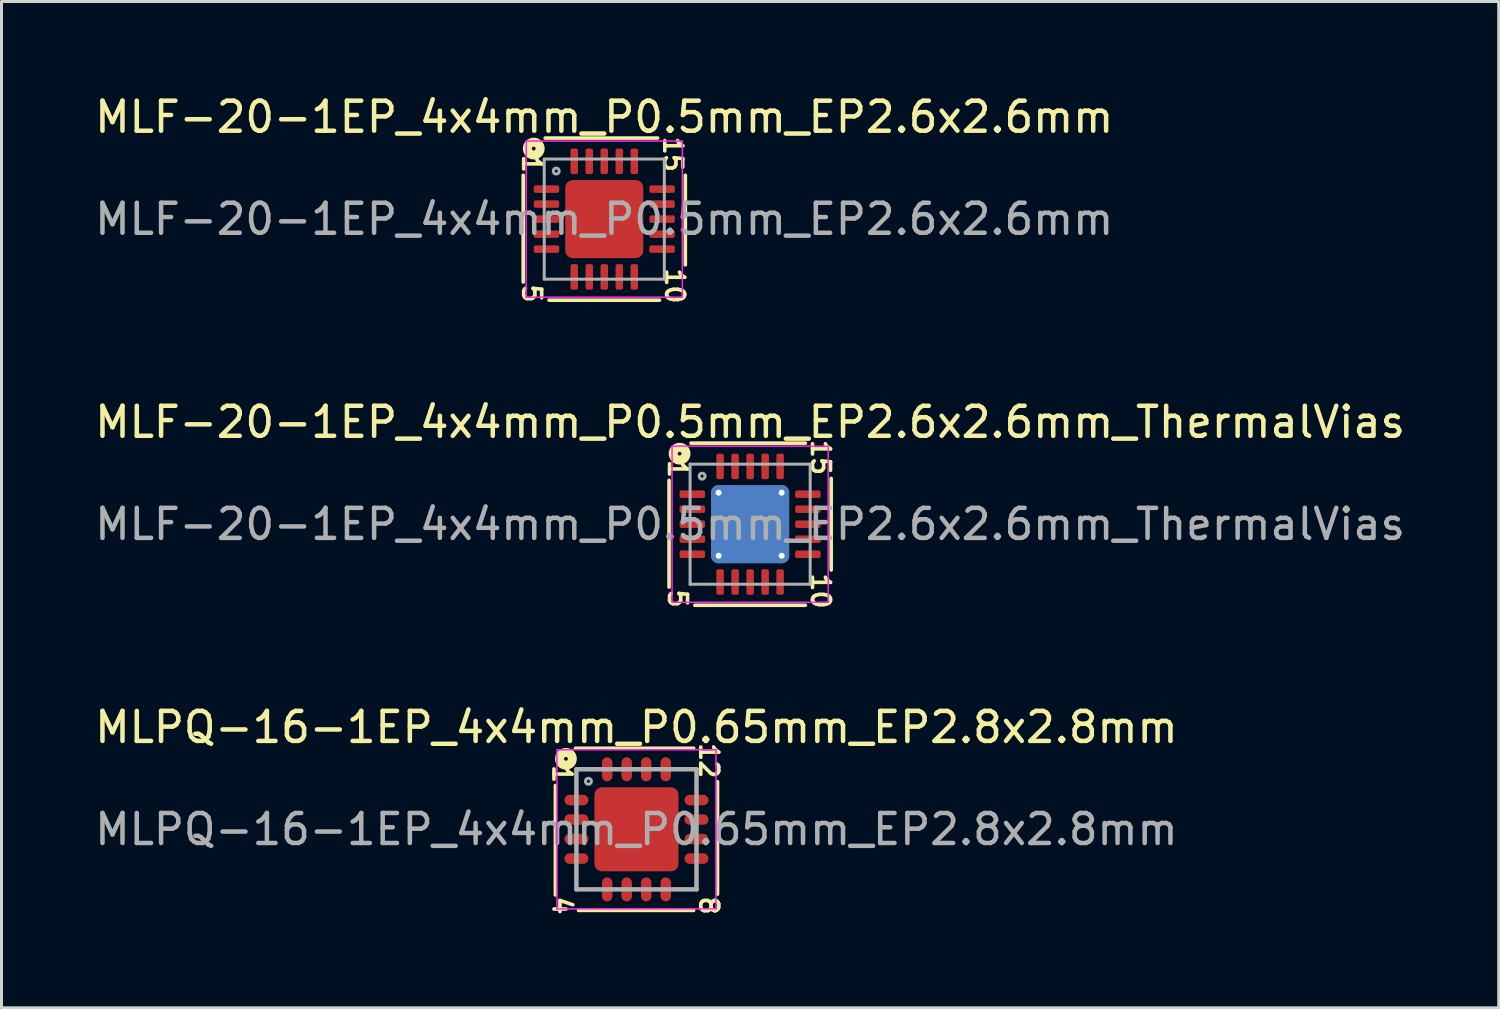
<source format=kicad_pcb>
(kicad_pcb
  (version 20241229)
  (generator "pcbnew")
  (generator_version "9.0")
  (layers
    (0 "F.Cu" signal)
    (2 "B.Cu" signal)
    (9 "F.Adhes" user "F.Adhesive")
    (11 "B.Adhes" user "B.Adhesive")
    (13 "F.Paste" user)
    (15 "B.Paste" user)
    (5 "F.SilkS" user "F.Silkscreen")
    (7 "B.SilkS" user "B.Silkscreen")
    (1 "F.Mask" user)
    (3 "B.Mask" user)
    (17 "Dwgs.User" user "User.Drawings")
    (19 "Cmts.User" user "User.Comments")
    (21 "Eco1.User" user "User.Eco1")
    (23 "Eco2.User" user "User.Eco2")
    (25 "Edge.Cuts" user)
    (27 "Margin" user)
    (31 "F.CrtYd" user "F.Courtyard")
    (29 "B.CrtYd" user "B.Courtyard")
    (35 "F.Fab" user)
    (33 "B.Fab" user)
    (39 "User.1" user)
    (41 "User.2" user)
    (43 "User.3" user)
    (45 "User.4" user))
  (footprint "MLPQ-16-1EP_4x4mm_P0.65mm_EP2.8x2.8mm"
    (layer "F.Cu")
    (at 18.149 24.573)
    (property "Reference" "MLPQ-16-1EP_4x4mm_P0.65mm_EP2.8x2.8mm" (at 0 -3.4 0) (layer "F.SilkS") (effects (font (size 1 1) (thickness 0.15))))
    (attr smd)
    (fp_line (start -2.7 2.184) (end -2.7 -1.46) (stroke (width 0.12) (type solid)) (layer "F.SilkS"))
    (fp_line (start -2.032 -2.7) (end 1.905 -2.7) (stroke (width 0.12) (type solid)) (layer "F.SilkS"))
    (fp_line (start 1.905 2.7) (end -1.93 2.7) (stroke (width 0.12) (type solid)) (layer "F.SilkS"))
    (fp_line (start 2.7 -1.587) (end 2.7 2.159) (stroke (width 0.12) (type solid)) (layer "F.SilkS"))
    (fp_circle (center -2.349 -2.349) (end -2.286 -2.349) (stroke (width 0.3) (type solid)) (fill no) (layer "F.SilkS"))
    (fp_line (start -2.65 -2.65) (end -2.65 2.65) (stroke (width 0.05) (type solid)) (layer "F.CrtYd"))
    (fp_line (start -2.65 -2.65) (end 2.65 -2.65) (stroke (width 0.05) (type solid)) (layer "F.CrtYd"))
    (fp_line (start -2.65 2.65) (end 2.65 2.65) (stroke (width 0.05) (type solid)) (layer "F.CrtYd"))
    (fp_line (start 2.65 -2.65) (end 2.65 2.65) (stroke (width 0.05) (type solid)) (layer "F.CrtYd"))
    (fp_line (start -2 -2) (end 2 -2) (stroke (width 0.15) (type solid)) (layer "F.Fab"))
    (fp_line (start -2 2) (end -2 -2) (stroke (width 0.15) (type solid)) (layer "F.Fab"))
    (fp_line (start 2 -2) (end 2 2) (stroke (width 0.15) (type solid)) (layer "F.Fab"))
    (fp_line (start 2 2) (end -2 2) (stroke (width 0.15) (type solid)) (layer "F.Fab"))
    (fp_circle (center -1.6 -1.6) (end -1.5 -1.6) (stroke (width 0.1) (type solid)) (fill no) (layer "F.Fab"))
    (fp_text user "12" (at 2.413 -2.286 270) (unlocked yes) (layer "F.SilkS") (effects (font (size 0.6 0.6) (thickness 0.12))))
    (fp_text user "4" (at -2.477 2.54 270) (unlocked yes) (layer "F.SilkS") (effects (font (size 0.6 0.6) (thickness 0.12))))
    (fp_text user "8" (at 2.413 2.54 270) (unlocked yes) (layer "F.SilkS") (effects (font (size 0.6 0.6) (thickness 0.12))))
    (fp_text user "1" (at -2.477 -1.841 270) (unlocked yes) (layer "F.SilkS") (effects (font (size 0.6 0.6) (thickness 0.12))))
    (fp_text user "${REFERENCE}" (at 0 0 0) (layer "F.Fab") (effects (font (size 1 1) (thickness 0.15))))
    (pad "" smd roundrect (at -0.7 -0.7) (size 1.13 1.13) (layers "F.Paste") (roundrect_rratio 0.221))
    (pad "" smd roundrect (at -0.7 0.7) (size 1.13 1.13) (layers "F.Paste") (roundrect_rratio 0.25))
    (pad "" smd roundrect (at 0.7 -0.7) (size 1.13 1.13) (layers "F.Paste") (roundrect_rratio 0.221))
    (pad "" smd roundrect (at 0.7 0.7) (size 1.13 1.13) (layers "F.Paste") (roundrect_rratio 0.221))
    (pad "1" smd oval (at -2 -0.975) (size 0.8 0.35) (layers "F.Cu" "F.Mask" "F.Paste"))
    (pad "2" smd oval (at -2 -0.325) (size 0.8 0.35) (layers "F.Cu" "F.Mask" "F.Paste"))
    (pad "3" smd oval (at -2 0.325) (size 0.8 0.35) (layers "F.Cu" "F.Mask" "F.Paste"))
    (pad "4" smd oval (at -2 0.975) (size 0.8 0.35) (layers "F.Cu" "F.Mask" "F.Paste"))
    (pad "5" smd oval (at -0.975 2 90) (size 0.8 0.35) (layers "F.Cu" "F.Mask" "F.Paste"))
    (pad "6" smd oval (at -0.325 2 90) (size 0.8 0.35) (layers "F.Cu" "F.Mask" "F.Paste"))
    (pad "7" smd oval (at 0.325 2 90) (size 0.8 0.35) (layers "F.Cu" "F.Mask" "F.Paste"))
    (pad "8" smd oval (at 0.975 2 90) (size 0.8 0.35) (layers "F.Cu" "F.Mask" "F.Paste"))
    (pad "9" smd oval (at 2 0.975) (size 0.8 0.35) (layers "F.Cu" "F.Mask" "F.Paste"))
    (pad "10" smd oval (at 2 0.325) (size 0.8 0.35) (layers "F.Cu" "F.Mask" "F.Paste"))
    (pad "11" smd oval (at 2 -0.325) (size 0.8 0.35) (layers "F.Cu" "F.Mask" "F.Paste"))
    (pad "12" smd oval (at 2 -0.975) (size 0.8 0.35) (layers "F.Cu" "F.Mask" "F.Paste"))
    (pad "13" smd oval (at 0.975 -2 90) (size 0.8 0.35) (layers "F.Cu" "F.Mask" "F.Paste"))
    (pad "14" smd oval (at 0.325 -2 90) (size 0.8 0.35) (layers "F.Cu" "F.Mask" "F.Paste"))
    (pad "15" smd oval (at -0.325 -2 90) (size 0.8 0.35) (layers "F.Cu" "F.Mask" "F.Paste"))
    (pad "16" smd oval (at -0.975 -2 90) (size 0.8 0.35) (layers "F.Cu" "F.Mask" "F.Paste"))
    (pad "17" smd roundrect (at 0 0) (size 2.8 2.8) (layers "F.Cu" "F.Mask") (roundrect_rratio 0.089)))
  (footprint "MLF-20-1EP_4x4mm_P0.5mm_EP2.6x2.6mm"
    (layer "F.Cu")
    (at 17.077 4.248)
    (property "Reference" "MLF-20-1EP_4x4mm_P0.5mm_EP2.6x2.6mm" (at 0 -3.4 0) (layer "F.SilkS") (effects (font (size 1 1) (thickness 0.15))))
    (attr smd)
    (fp_line (start -2.7 2.095) (end -2.7 -1.46) (stroke (width 0.12) (type solid)) (layer "F.SilkS"))
    (fp_line (start -1.968 -2.7) (end 1.778 -2.7) (stroke (width 0.12) (type solid)) (layer "F.SilkS"))
    (fp_line (start 1.841 2.7) (end -1.841 2.7) (stroke (width 0.12) (type solid)) (layer "F.SilkS"))
    (fp_line (start 2.7 -1.46) (end 2.7 1.524) (stroke (width 0.12) (type solid)) (layer "F.SilkS"))
    (fp_circle (center -2.349 -2.349) (end -2.286 -2.349) (stroke (width 0.3) (type solid)) (fill no) (layer "F.SilkS"))
    (fp_line (start -2.6 -2.6) (end -2.603 2.603) (stroke (width 0.05) (type solid)) (layer "F.CrtYd"))
    (fp_line (start -2.6 2.6) (end 2.6 2.6) (stroke (width 0.05) (type solid)) (layer "F.CrtYd"))
    (fp_line (start 2.6 -2.6) (end -2.6 -2.6) (stroke (width 0.05) (type solid)) (layer "F.CrtYd"))
    (fp_line (start 2.6 2.6) (end 2.6 -2.6) (stroke (width 0.05) (type solid)) (layer "F.CrtYd"))
    (fp_line (start -2 -2) (end 2 -2) (stroke (width 0.1) (type solid)) (layer "F.Fab"))
    (fp_line (start -2 2) (end -2 -2) (stroke (width 0.1) (type solid)) (layer "F.Fab"))
    (fp_line (start 2 -2) (end 2 2) (stroke (width 0.1) (type solid)) (layer "F.Fab"))
    (fp_line (start 2 2) (end -2 2) (stroke (width 0.1) (type solid)) (layer "F.Fab"))
    (fp_circle (center -1.6 -1.6) (end -1.5 -1.6) (stroke (width 0.1) (type solid)) (fill no) (layer "F.Fab"))
    (fp_text user "1" (at -2.413 -1.841 270) (unlocked yes) (layer "F.SilkS") (effects (font (size 0.6 0.6) (thickness 0.12))))
    (fp_text user "15" (at 2.286 -2.159 270) (unlocked yes) (layer "F.SilkS") (effects (font (size 0.6 0.6) (thickness 0.12))))
    (fp_text user "5" (at -2.413 2.477 270) (unlocked yes) (layer "F.SilkS") (effects (font (size 0.6 0.6) (thickness 0.12))))
    (fp_text user "10" (at 2.349 2.223 270) (unlocked yes) (layer "F.SilkS") (effects (font (size 0.6 0.6) (thickness 0.12))))
    (fp_text user "${REFERENCE}" (at 0 0 0) (layer "F.Fab") (effects (font (size 1 1) (thickness 0.15))))
    (pad "" smd roundrect (at -0.65 -0.65) (size 1.05 1.05) (layers "F.Paste") (roundrect_rratio 0.238))
    (pad "" smd roundrect (at -0.65 0.65) (size 1.05 1.05) (layers "F.Paste") (roundrect_rratio 0.238))
    (pad "" smd roundrect (at 0.65 -0.65) (size 1.05 1.05) (layers "F.Paste") (roundrect_rratio 0.238))
    (pad "" smd roundrect (at 0.65 0.65) (size 1.05 1.05) (layers "F.Paste") (roundrect_rratio 0.238))
    (pad "1" smd roundrect (at -1.925 -1) (size 0.85 0.25) (layers "F.Cu" "F.Mask" "F.Paste") (roundrect_rratio 0.25))
    (pad "2" smd roundrect (at -1.925 -0.5) (size 0.85 0.25) (layers "F.Cu" "F.Mask" "F.Paste") (roundrect_rratio 0.25))
    (pad "3" smd roundrect (at -1.925 0) (size 0.85 0.25) (layers "F.Cu" "F.Mask" "F.Paste") (roundrect_rratio 0.25))
    (pad "4" smd roundrect (at -1.925 0.5) (size 0.85 0.25) (layers "F.Cu" "F.Mask" "F.Paste") (roundrect_rratio 0.25))
    (pad "5" smd roundrect (at -1.925 1) (size 0.85 0.25) (layers "F.Cu" "F.Mask" "F.Paste") (roundrect_rratio 0.25))
    (pad "6" smd roundrect (at -1 1.925) (size 0.25 0.85) (layers "F.Cu" "F.Mask" "F.Paste") (roundrect_rratio 0.25))
    (pad "7" smd roundrect (at -0.5 1.925) (size 0.25 0.85) (layers "F.Cu" "F.Mask" "F.Paste") (roundrect_rratio 0.25))
    (pad "8" smd roundrect (at 0 1.925) (size 0.25 0.85) (layers "F.Cu" "F.Mask" "F.Paste") (roundrect_rratio 0.25))
    (pad "9" smd roundrect (at 0.5 1.925) (size 0.25 0.85) (layers "F.Cu" "F.Mask" "F.Paste") (roundrect_rratio 0.25))
    (pad "10" smd roundrect (at 1 1.925) (size 0.25 0.85) (layers "F.Cu" "F.Mask" "F.Paste") (roundrect_rratio 0.25))
    (pad "11" smd roundrect (at 1.925 1) (size 0.85 0.25) (layers "F.Cu" "F.Mask" "F.Paste") (roundrect_rratio 0.25))
    (pad "12" smd roundrect (at 1.925 0.5) (size 0.85 0.25) (layers "F.Cu" "F.Mask" "F.Paste") (roundrect_rratio 0.25))
    (pad "13" smd roundrect (at 1.925 0) (size 0.85 0.25) (layers "F.Cu" "F.Mask" "F.Paste") (roundrect_rratio 0.25))
    (pad "14" smd roundrect (at 1.925 -0.5) (size 0.85 0.25) (layers "F.Cu" "F.Mask" "F.Paste") (roundrect_rratio 0.25))
    (pad "15" smd roundrect (at 1.925 -1) (size 0.85 0.25) (layers "F.Cu" "F.Mask" "F.Paste") (roundrect_rratio 0.25))
    (pad "16" smd roundrect (at 1 -1.925) (size 0.25 0.85) (layers "F.Cu" "F.Mask" "F.Paste") (roundrect_rratio 0.25))
    (pad "17" smd roundrect (at 0.5 -1.925) (size 0.25 0.85) (layers "F.Cu" "F.Mask" "F.Paste") (roundrect_rratio 0.25))
    (pad "18" smd roundrect (at 0 -1.925) (size 0.25 0.85) (layers "F.Cu" "F.Mask" "F.Paste") (roundrect_rratio 0.25))
    (pad "19" smd roundrect (at -0.5 -1.925) (size 0.25 0.85) (layers "F.Cu" "F.Mask" "F.Paste") (roundrect_rratio 0.25))
    (pad "20" smd roundrect (at -1 -1.925) (size 0.25 0.85) (layers "F.Cu" "F.Mask" "F.Paste") (roundrect_rratio 0.25))
    (pad "21" smd roundrect (at 0 0) (size 2.6 2.6) (layers "F.Cu" "F.Mask") (roundrect_rratio 0.096)))
  (footprint "MLF-20-1EP_4x4mm_P0.5mm_EP2.6x2.6mm_ThermalVias"
    (layer "F.Cu")
    (at 21.935 14.41)
    (property "Reference" "MLF-20-1EP_4x4mm_P0.5mm_EP2.6x2.6mm_ThermalVias" (at 0 -3.4 0) (layer "F.SilkS") (effects (font (size 1 1) (thickness 0.15))))
    (attr smd)
    (fp_line (start -2.7 2.095) (end -2.7 -1.46) (stroke (width 0.12) (type solid)) (layer "F.SilkS"))
    (fp_line (start -1.968 -2.7) (end 1.841 -2.7) (stroke (width 0.12) (type solid)) (layer "F.SilkS"))
    (fp_line (start 1.841 2.7) (end -1.841 2.7) (stroke (width 0.12) (type solid)) (layer "F.SilkS"))
    (fp_line (start 2.7 -1.524) (end 2.7 1.524) (stroke (width 0.12) (type solid)) (layer "F.SilkS"))
    (fp_circle (center -2.349 -2.349) (end -2.286 -2.349) (stroke (width 0.3) (type solid)) (fill no) (layer "F.SilkS"))
    (fp_line (start -2.6 -2.6) (end -2.6 2.6) (stroke (width 0.05) (type solid)) (layer "F.CrtYd"))
    (fp_line (start -2.6 2.6) (end 2.6 2.6) (stroke (width 0.05) (type solid)) (layer "F.CrtYd"))
    (fp_line (start 2.6 -2.6) (end -2.6 -2.6) (stroke (width 0.05) (type solid)) (layer "F.CrtYd"))
    (fp_line (start 2.6 2.6) (end 2.6 -2.6) (stroke (width 0.05) (type solid)) (layer "F.CrtYd"))
    (fp_line (start -2 -2) (end 2 -2) (stroke (width 0.1) (type solid)) (layer "F.Fab"))
    (fp_line (start -2 2) (end -2 -2) (stroke (width 0.1) (type solid)) (layer "F.Fab"))
    (fp_line (start 2 -2) (end 2 2) (stroke (width 0.1) (type solid)) (layer "F.Fab"))
    (fp_line (start 2 2) (end -2 2) (stroke (width 0.1) (type solid)) (layer "F.Fab"))
    (fp_circle (center -1.6 -1.6) (end -1.5 -1.6) (stroke (width 0.1) (type solid)) (fill no) (layer "F.Fab"))
    (fp_text user "5" (at -2.413 2.477 270) (unlocked yes) (layer "F.SilkS") (effects (font (size 0.6 0.6) (thickness 0.12))))
    (fp_text user "10" (at 2.349 2.223 270) (unlocked yes) (layer "F.SilkS") (effects (font (size 0.6 0.6) (thickness 0.12))))
    (fp_text user "15" (at 2.349 -2.223 270) (unlocked yes) (layer "F.SilkS") (effects (font (size 0.6 0.6) (thickness 0.12))))
    (fp_text user "1" (at -2.413 -1.841 270) (unlocked yes) (layer "F.SilkS") (effects (font (size 0.6 0.6) (thickness 0.12))))
    (fp_text user "${REFERENCE}" (at 0 0 0) (layer "F.Fab") (effects (font (size 1 1) (thickness 0.15))))
    (pad "" smd roundrect (at -0.65 -0.65) (size 1.13 1.13) (layers "F.Paste") (roundrect_rratio 0.221))
    (pad "" smd roundrect (at -0.65 0.65) (size 1.13 1.13) (layers "F.Paste") (roundrect_rratio 0.221))
    (pad "" smd roundrect (at 0.65 -0.65) (size 1.13 1.13) (layers "F.Paste") (roundrect_rratio 0.221))
    (pad "" smd roundrect (at 0.65 0.65) (size 1.13 1.13) (layers "F.Paste") (roundrect_rratio 0.221))
    (pad "1" smd roundrect (at -1.925 -1) (size 0.85 0.25) (layers "F.Cu" "F.Mask" "F.Paste") (roundrect_rratio 0.25))
    (pad "2" smd roundrect (at -1.925 -0.5) (size 0.85 0.25) (layers "F.Cu" "F.Mask" "F.Paste") (roundrect_rratio 0.25))
    (pad "3" smd roundrect (at -1.925 0) (size 0.85 0.25) (layers "F.Cu" "F.Mask" "F.Paste") (roundrect_rratio 0.25))
    (pad "4" smd roundrect (at -1.925 0.5) (size 0.85 0.25) (layers "F.Cu" "F.Mask" "F.Paste") (roundrect_rratio 0.25))
    (pad "5" smd roundrect (at -1.925 1) (size 0.85 0.25) (layers "F.Cu" "F.Mask" "F.Paste") (roundrect_rratio 0.25))
    (pad "6" smd roundrect (at -1 1.925) (size 0.25 0.85) (layers "F.Cu" "F.Mask" "F.Paste") (roundrect_rratio 0.25))
    (pad "7" smd roundrect (at -0.5 1.925) (size 0.25 0.85) (layers "F.Cu" "F.Mask" "F.Paste") (roundrect_rratio 0.25))
    (pad "8" smd roundrect (at 0 1.925) (size 0.25 0.85) (layers "F.Cu" "F.Mask" "F.Paste") (roundrect_rratio 0.25))
    (pad "9" smd roundrect (at 0.5 1.925) (size 0.25 0.85) (layers "F.Cu" "F.Mask" "F.Paste") (roundrect_rratio 0.25))
    (pad "10" smd roundrect (at 1 1.925) (size 0.25 0.85) (layers "F.Cu" "F.Mask" "F.Paste") (roundrect_rratio 0.25))
    (pad "11" smd roundrect (at 1.925 1) (size 0.85 0.25) (layers "F.Cu" "F.Mask" "F.Paste") (roundrect_rratio 0.25))
    (pad "12" smd roundrect (at 1.925 0.5) (size 0.85 0.25) (layers "F.Cu" "F.Mask" "F.Paste") (roundrect_rratio 0.25))
    (pad "13" smd roundrect (at 1.925 0) (size 0.85 0.25) (layers "F.Cu" "F.Mask" "F.Paste") (roundrect_rratio 0.25))
    (pad "14" smd roundrect (at 1.925 -0.5) (size 0.85 0.25) (layers "F.Cu" "F.Mask" "F.Paste") (roundrect_rratio 0.25))
    (pad "15" smd roundrect (at 1.925 -1) (size 0.85 0.25) (layers "F.Cu" "F.Mask" "F.Paste") (roundrect_rratio 0.25))
    (pad "16" smd roundrect (at 1 -1.925) (size 0.25 0.85) (layers "F.Cu" "F.Mask" "F.Paste") (roundrect_rratio 0.25))
    (pad "17" smd roundrect (at 0.5 -1.925) (size 0.25 0.85) (layers "F.Cu" "F.Mask" "F.Paste") (roundrect_rratio 0.25))
    (pad "18" smd roundrect (at 0 -1.925) (size 0.25 0.85) (layers "F.Cu" "F.Mask" "F.Paste") (roundrect_rratio 0.25))
    (pad "19" smd roundrect (at -0.5 -1.925) (size 0.25 0.85) (layers "F.Cu" "F.Mask" "F.Paste") (roundrect_rratio 0.25))
    (pad "20" smd roundrect (at -1 -1.925) (size 0.25 0.85) (layers "F.Cu" "F.Mask" "F.Paste") (roundrect_rratio 0.25))
    (pad "21" thru_hole circle (at -1.05 -1.05) (size 0.5 0.5) (drill 0.2) (property pad_prop_heatsink) (layers "*.Cu"))
    (pad "21" thru_hole circle (at -1.05 1.05) (size 0.5 0.5) (drill 0.2) (property pad_prop_heatsink) (layers "*.Cu"))
    (pad "21" smd roundrect (at 0 0) (size 2.6 2.6) (layers "F.Cu" "F.Mask") (roundrect_rratio 0.096))
    (pad "21" smd roundrect (at 0 0) (size 2.6 2.6) (layers "B.Cu" "B.Mask") (roundrect_rratio 0.096))
    (pad "21" thru_hole circle (at 1.05 -1.05) (size 0.5 0.5) (drill 0.2) (property pad_prop_heatsink) (layers "*.Cu"))
    (pad "21" thru_hole circle (at 1.05 1.05) (size 0.5 0.5) (drill 0.2) (property pad_prop_heatsink) (layers "*.Cu")))
  (gr_rect
    (start -3 -3)
    (end 46.869 30.518)
    (stroke (width 0.1) (type default))
    (fill no)
    (layer "Edge.Cuts")))
</source>
